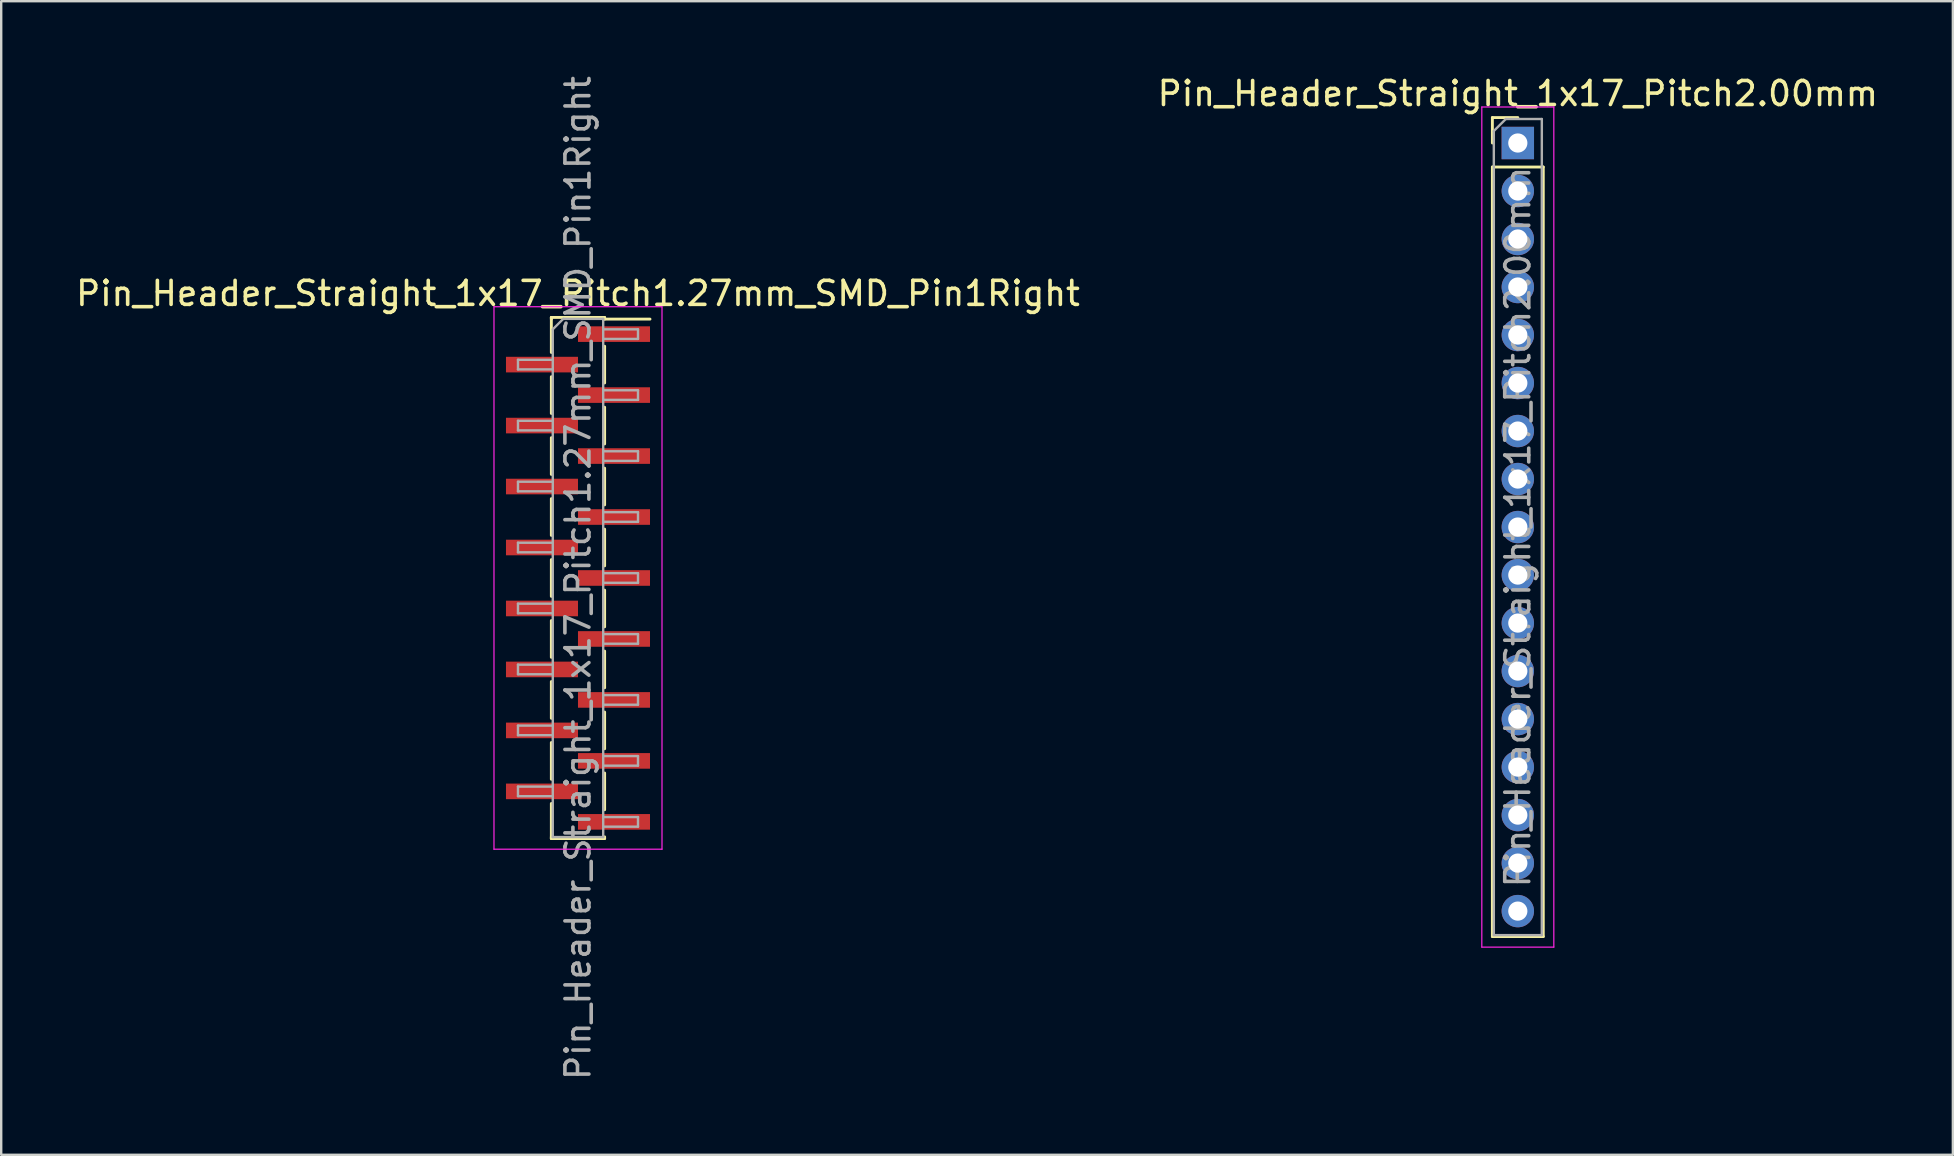
<source format=kicad_pcb>
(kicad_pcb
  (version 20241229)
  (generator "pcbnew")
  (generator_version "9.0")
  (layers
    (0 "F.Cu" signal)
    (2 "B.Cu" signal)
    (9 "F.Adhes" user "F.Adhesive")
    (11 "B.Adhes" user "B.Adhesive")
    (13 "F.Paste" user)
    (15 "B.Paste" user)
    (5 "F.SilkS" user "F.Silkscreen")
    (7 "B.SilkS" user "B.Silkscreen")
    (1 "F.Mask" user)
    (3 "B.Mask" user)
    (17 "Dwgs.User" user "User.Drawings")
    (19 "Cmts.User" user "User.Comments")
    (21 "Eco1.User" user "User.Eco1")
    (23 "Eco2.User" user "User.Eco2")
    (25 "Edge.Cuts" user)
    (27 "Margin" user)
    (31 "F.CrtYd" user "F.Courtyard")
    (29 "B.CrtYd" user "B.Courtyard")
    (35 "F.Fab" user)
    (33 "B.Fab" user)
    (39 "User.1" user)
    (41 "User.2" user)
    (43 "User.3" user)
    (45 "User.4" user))
  (footprint "Pin_Header_Straight_1x17_Pitch1.27mm_SMD_Pin1Right"
    (layer "F.Cu")
    (at 21.03 21.03)
    (property "Reference" "Pin_Header_Straight_1x17_Pitch1.27mm_SMD_Pin1Right" (at 0 -11.855 0) (layer "F.SilkS") (effects (font (size 1 1) (thickness 0.15))))
    (attr smd)
    (fp_line (start -1.11 -10.855) (end -1.11 -9.395) (stroke (width 0.12) (type solid)) (layer "F.SilkS"))
    (fp_line (start -1.11 -10.855) (end 1.11 -10.855) (stroke (width 0.12) (type solid)) (layer "F.SilkS"))
    (fp_line (start -1.11 -10.785) (end -1.11 -10.855) (stroke (width 0.12) (type solid)) (layer "F.SilkS"))
    (fp_line (start -1.11 -8.385) (end -1.11 -6.855) (stroke (width 0.12) (type solid)) (layer "F.SilkS"))
    (fp_line (start -1.11 -5.845) (end -1.11 -4.315) (stroke (width 0.12) (type solid)) (layer "F.SilkS"))
    (fp_line (start -1.11 -3.305) (end -1.11 -1.775) (stroke (width 0.12) (type solid)) (layer "F.SilkS"))
    (fp_line (start -1.11 -0.765) (end -1.11 0.765) (stroke (width 0.12) (type solid)) (layer "F.SilkS"))
    (fp_line (start -1.11 1.775) (end -1.11 3.305) (stroke (width 0.12) (type solid)) (layer "F.SilkS"))
    (fp_line (start -1.11 4.315) (end -1.11 5.845) (stroke (width 0.12) (type solid)) (layer "F.SilkS"))
    (fp_line (start -1.11 6.855) (end -1.11 8.385) (stroke (width 0.12) (type solid)) (layer "F.SilkS"))
    (fp_line (start -1.11 9.395) (end -1.11 10.855) (stroke (width 0.12) (type solid)) (layer "F.SilkS"))
    (fp_line (start -1.11 10.785) (end -1.11 10.855) (stroke (width 0.12) (type solid)) (layer "F.SilkS"))
    (fp_line (start -1.11 10.855) (end 1.11 10.855) (stroke (width 0.12) (type solid)) (layer "F.SilkS"))
    (fp_line (start 1.11 -10.855) (end 1.11 -10.785) (stroke (width 0.12) (type solid)) (layer "F.SilkS"))
    (fp_line (start 1.11 -10.785) (end 3 -10.785) (stroke (width 0.12) (type solid)) (layer "F.SilkS"))
    (fp_line (start 1.11 -9.655) (end 1.11 -8.125) (stroke (width 0.12) (type solid)) (layer "F.SilkS"))
    (fp_line (start 1.11 -7.115) (end 1.11 -5.585) (stroke (width 0.12) (type solid)) (layer "F.SilkS"))
    (fp_line (start 1.11 -4.575) (end 1.11 -3.045) (stroke (width 0.12) (type solid)) (layer "F.SilkS"))
    (fp_line (start 1.11 -2.035) (end 1.11 -0.505) (stroke (width 0.12) (type solid)) (layer "F.SilkS"))
    (fp_line (start 1.11 0.505) (end 1.11 2.035) (stroke (width 0.12) (type solid)) (layer "F.SilkS"))
    (fp_line (start 1.11 3.045) (end 1.11 4.575) (stroke (width 0.12) (type solid)) (layer "F.SilkS"))
    (fp_line (start 1.11 5.585) (end 1.11 7.115) (stroke (width 0.12) (type solid)) (layer "F.SilkS"))
    (fp_line (start 1.11 8.125) (end 1.11 9.655) (stroke (width 0.12) (type solid)) (layer "F.SilkS"))
    (fp_line (start 1.11 10.855) (end 1.11 10.785) (stroke (width 0.12) (type solid)) (layer "F.SilkS"))
    (fp_line (start -3.5 -11.3) (end -3.5 11.3) (stroke (width 0.05) (type solid)) (layer "F.CrtYd"))
    (fp_line (start -3.5 11.3) (end 3.5 11.3) (stroke (width 0.05) (type solid)) (layer "F.CrtYd"))
    (fp_line (start 3.5 -11.3) (end -3.5 -11.3) (stroke (width 0.05) (type solid)) (layer "F.CrtYd"))
    (fp_line (start 3.5 11.3) (end 3.5 -11.3) (stroke (width 0.05) (type solid)) (layer "F.CrtYd"))
    (fp_line (start -2.5 -9.09) (end -2.5 -8.69) (stroke (width 0.1) (type solid)) (layer "F.Fab"))
    (fp_line (start -2.5 -8.69) (end -1.05 -8.69) (stroke (width 0.1) (type solid)) (layer "F.Fab"))
    (fp_line (start -2.5 -6.55) (end -2.5 -6.15) (stroke (width 0.1) (type solid)) (layer "F.Fab"))
    (fp_line (start -2.5 -6.15) (end -1.05 -6.15) (stroke (width 0.1) (type solid)) (layer "F.Fab"))
    (fp_line (start -2.5 -4.01) (end -2.5 -3.61) (stroke (width 0.1) (type solid)) (layer "F.Fab"))
    (fp_line (start -2.5 -3.61) (end -1.05 -3.61) (stroke (width 0.1) (type solid)) (layer "F.Fab"))
    (fp_line (start -2.5 -1.47) (end -2.5 -1.07) (stroke (width 0.1) (type solid)) (layer "F.Fab"))
    (fp_line (start -2.5 -1.07) (end -1.05 -1.07) (stroke (width 0.1) (type solid)) (layer "F.Fab"))
    (fp_line (start -2.5 1.07) (end -2.5 1.47) (stroke (width 0.1) (type solid)) (layer "F.Fab"))
    (fp_line (start -2.5 1.47) (end -1.05 1.47) (stroke (width 0.1) (type solid)) (layer "F.Fab"))
    (fp_line (start -2.5 3.61) (end -2.5 4.01) (stroke (width 0.1) (type solid)) (layer "F.Fab"))
    (fp_line (start -2.5 4.01) (end -1.05 4.01) (stroke (width 0.1) (type solid)) (layer "F.Fab"))
    (fp_line (start -2.5 6.15) (end -2.5 6.55) (stroke (width 0.1) (type solid)) (layer "F.Fab"))
    (fp_line (start -2.5 6.55) (end -1.05 6.55) (stroke (width 0.1) (type solid)) (layer "F.Fab"))
    (fp_line (start -2.5 8.69) (end -2.5 9.09) (stroke (width 0.1) (type solid)) (layer "F.Fab"))
    (fp_line (start -2.5 9.09) (end -1.05 9.09) (stroke (width 0.1) (type solid)) (layer "F.Fab"))
    (fp_line (start -1.05 -10.36) (end -0.615 -10.795) (stroke (width 0.1) (type solid)) (layer "F.Fab"))
    (fp_line (start -1.05 -9.09) (end -2.5 -9.09) (stroke (width 0.1) (type solid)) (layer "F.Fab"))
    (fp_line (start -1.05 -6.55) (end -2.5 -6.55) (stroke (width 0.1) (type solid)) (layer "F.Fab"))
    (fp_line (start -1.05 -4.01) (end -2.5 -4.01) (stroke (width 0.1) (type solid)) (layer "F.Fab"))
    (fp_line (start -1.05 -1.47) (end -2.5 -1.47) (stroke (width 0.1) (type solid)) (layer "F.Fab"))
    (fp_line (start -1.05 1.07) (end -2.5 1.07) (stroke (width 0.1) (type solid)) (layer "F.Fab"))
    (fp_line (start -1.05 3.61) (end -2.5 3.61) (stroke (width 0.1) (type solid)) (layer "F.Fab"))
    (fp_line (start -1.05 6.15) (end -2.5 6.15) (stroke (width 0.1) (type solid)) (layer "F.Fab"))
    (fp_line (start -1.05 8.69) (end -2.5 8.69) (stroke (width 0.1) (type solid)) (layer "F.Fab"))
    (fp_line (start -1.05 10.795) (end -1.05 -10.36) (stroke (width 0.1) (type solid)) (layer "F.Fab"))
    (fp_line (start -0.615 -10.795) (end 1.05 -10.795) (stroke (width 0.1) (type solid)) (layer "F.Fab"))
    (fp_line (start 1.05 -10.795) (end 1.05 10.795) (stroke (width 0.1) (type solid)) (layer "F.Fab"))
    (fp_line (start 1.05 -10.36) (end 2.5 -10.36) (stroke (width 0.1) (type solid)) (layer "F.Fab"))
    (fp_line (start 1.05 -7.82) (end 2.5 -7.82) (stroke (width 0.1) (type solid)) (layer "F.Fab"))
    (fp_line (start 1.05 -5.28) (end 2.5 -5.28) (stroke (width 0.1) (type solid)) (layer "F.Fab"))
    (fp_line (start 1.05 -2.74) (end 2.5 -2.74) (stroke (width 0.1) (type solid)) (layer "F.Fab"))
    (fp_line (start 1.05 -0.2) (end 2.5 -0.2) (stroke (width 0.1) (type solid)) (layer "F.Fab"))
    (fp_line (start 1.05 2.34) (end 2.5 2.34) (stroke (width 0.1) (type solid)) (layer "F.Fab"))
    (fp_line (start 1.05 4.88) (end 2.5 4.88) (stroke (width 0.1) (type solid)) (layer "F.Fab"))
    (fp_line (start 1.05 7.42) (end 2.5 7.42) (stroke (width 0.1) (type solid)) (layer "F.Fab"))
    (fp_line (start 1.05 9.96) (end 2.5 9.96) (stroke (width 0.1) (type solid)) (layer "F.Fab"))
    (fp_line (start 1.05 10.795) (end -1.05 10.795) (stroke (width 0.1) (type solid)) (layer "F.Fab"))
    (fp_line (start 2.5 -10.36) (end 2.5 -9.96) (stroke (width 0.1) (type solid)) (layer "F.Fab"))
    (fp_line (start 2.5 -9.96) (end 1.05 -9.96) (stroke (width 0.1) (type solid)) (layer "F.Fab"))
    (fp_line (start 2.5 -7.82) (end 2.5 -7.42) (stroke (width 0.1) (type solid)) (layer "F.Fab"))
    (fp_line (start 2.5 -7.42) (end 1.05 -7.42) (stroke (width 0.1) (type solid)) (layer "F.Fab"))
    (fp_line (start 2.5 -5.28) (end 2.5 -4.88) (stroke (width 0.1) (type solid)) (layer "F.Fab"))
    (fp_line (start 2.5 -4.88) (end 1.05 -4.88) (stroke (width 0.1) (type solid)) (layer "F.Fab"))
    (fp_line (start 2.5 -2.74) (end 2.5 -2.34) (stroke (width 0.1) (type solid)) (layer "F.Fab"))
    (fp_line (start 2.5 -2.34) (end 1.05 -2.34) (stroke (width 0.1) (type solid)) (layer "F.Fab"))
    (fp_line (start 2.5 -0.2) (end 2.5 0.2) (stroke (width 0.1) (type solid)) (layer "F.Fab"))
    (fp_line (start 2.5 0.2) (end 1.05 0.2) (stroke (width 0.1) (type solid)) (layer "F.Fab"))
    (fp_line (start 2.5 2.34) (end 2.5 2.74) (stroke (width 0.1) (type solid)) (layer "F.Fab"))
    (fp_line (start 2.5 2.74) (end 1.05 2.74) (stroke (width 0.1) (type solid)) (layer "F.Fab"))
    (fp_line (start 2.5 4.88) (end 2.5 5.28) (stroke (width 0.1) (type solid)) (layer "F.Fab"))
    (fp_line (start 2.5 5.28) (end 1.05 5.28) (stroke (width 0.1) (type solid)) (layer "F.Fab"))
    (fp_line (start 2.5 7.42) (end 2.5 7.82) (stroke (width 0.1) (type solid)) (layer "F.Fab"))
    (fp_line (start 2.5 7.82) (end 1.05 7.82) (stroke (width 0.1) (type solid)) (layer "F.Fab"))
    (fp_line (start 2.5 9.96) (end 2.5 10.36) (stroke (width 0.1) (type solid)) (layer "F.Fab"))
    (fp_line (start 2.5 10.36) (end 1.05 10.36) (stroke (width 0.1) (type solid)) (layer "F.Fab"))
    (fp_text user "${REFERENCE}" (at 0 0 90) (layer "F.Fab") (effects (font (size 1 1) (thickness 0.15))))
    (pad "1" smd rect (at 1.5 -10.16) (size 3 0.65) (layers "F.Cu" "F.Mask" "F.Paste"))
    (pad "2" smd rect (at -1.5 -8.89) (size 3 0.65) (layers "F.Cu" "F.Mask" "F.Paste"))
    (pad "3" smd rect (at 1.5 -7.62) (size 3 0.65) (layers "F.Cu" "F.Mask" "F.Paste"))
    (pad "4" smd rect (at -1.5 -6.35) (size 3 0.65) (layers "F.Cu" "F.Mask" "F.Paste"))
    (pad "5" smd rect (at 1.5 -5.08) (size 3 0.65) (layers "F.Cu" "F.Mask" "F.Paste"))
    (pad "6" smd rect (at -1.5 -3.81) (size 3 0.65) (layers "F.Cu" "F.Mask" "F.Paste"))
    (pad "7" smd rect (at 1.5 -2.54) (size 3 0.65) (layers "F.Cu" "F.Mask" "F.Paste"))
    (pad "8" smd rect (at -1.5 -1.27) (size 3 0.65) (layers "F.Cu" "F.Mask" "F.Paste"))
    (pad "9" smd rect (at 1.5 0) (size 3 0.65) (layers "F.Cu" "F.Mask" "F.Paste"))
    (pad "10" smd rect (at -1.5 1.27) (size 3 0.65) (layers "F.Cu" "F.Mask" "F.Paste"))
    (pad "11" smd rect (at 1.5 2.54) (size 3 0.65) (layers "F.Cu" "F.Mask" "F.Paste"))
    (pad "12" smd rect (at -1.5 3.81) (size 3 0.65) (layers "F.Cu" "F.Mask" "F.Paste"))
    (pad "13" smd rect (at 1.5 5.08) (size 3 0.65) (layers "F.Cu" "F.Mask" "F.Paste"))
    (pad "14" smd rect (at -1.5 6.35) (size 3 0.65) (layers "F.Cu" "F.Mask" "F.Paste"))
    (pad "15" smd rect (at 1.5 7.62) (size 3 0.65) (layers "F.Cu" "F.Mask" "F.Paste"))
    (pad "16" smd rect (at -1.5 8.89) (size 3 0.65) (layers "F.Cu" "F.Mask" "F.Paste"))
    (pad "17" smd rect (at 1.5 10.16) (size 3 0.65) (layers "F.Cu" "F.Mask" "F.Paste")))
  (footprint "Pin_Header_Straight_1x17_Pitch2.00mm"
    (layer "F.Cu")
    (at 60.185 2.908)
    (property "Reference" "Pin_Header_Straight_1x17_Pitch2.00mm" (at 0 -2.06 0) (layer "F.SilkS") (effects (font (size 1 1) (thickness 0.15))))
    (attr through_hole)
    (fp_line (start -1.06 -1.06) (end 0 -1.06) (stroke (width 0.12) (type solid)) (layer "F.SilkS"))
    (fp_line (start -1.06 0) (end -1.06 -1.06) (stroke (width 0.12) (type solid)) (layer "F.SilkS"))
    (fp_line (start -1.06 1) (end -1.06 33.06) (stroke (width 0.12) (type solid)) (layer "F.SilkS"))
    (fp_line (start -1.06 33.06) (end 1.06 33.06) (stroke (width 0.12) (type solid)) (layer "F.SilkS"))
    (fp_line (start 1.06 1) (end -1.06 1) (stroke (width 0.12) (type solid)) (layer "F.SilkS"))
    (fp_line (start 1.06 33.06) (end 1.06 1) (stroke (width 0.12) (type solid)) (layer "F.SilkS"))
    (fp_line (start -1.5 -1.5) (end -1.5 33.5) (stroke (width 0.05) (type solid)) (layer "F.CrtYd"))
    (fp_line (start -1.5 33.5) (end 1.5 33.5) (stroke (width 0.05) (type solid)) (layer "F.CrtYd"))
    (fp_line (start 1.5 -1.5) (end -1.5 -1.5) (stroke (width 0.05) (type solid)) (layer "F.CrtYd"))
    (fp_line (start 1.5 33.5) (end 1.5 -1.5) (stroke (width 0.05) (type solid)) (layer "F.CrtYd"))
    (fp_line (start -1 -0.5) (end -0.5 -1) (stroke (width 0.1) (type solid)) (layer "F.Fab"))
    (fp_line (start -1 33) (end -1 -0.5) (stroke (width 0.1) (type solid)) (layer "F.Fab"))
    (fp_line (start -0.5 -1) (end 1 -1) (stroke (width 0.1) (type solid)) (layer "F.Fab"))
    (fp_line (start 1 -1) (end 1 33) (stroke (width 0.1) (type solid)) (layer "F.Fab"))
    (fp_line (start 1 33) (end -1 33) (stroke (width 0.1) (type solid)) (layer "F.Fab"))
    (fp_text user "${REFERENCE}" (at 0 16 90) (layer "F.Fab") (effects (font (size 1 1) (thickness 0.15))))
    (pad "1" thru_hole rect (at 0 0) (size 1.35 1.35) (drill 0.8) (layers "*.Cu" "*.Mask"))
    (pad "2" thru_hole oval (at 0 2) (size 1.35 1.35) (drill 0.8) (layers "*.Cu" "*.Mask"))
    (pad "3" thru_hole oval (at 0 4) (size 1.35 1.35) (drill 0.8) (layers "*.Cu" "*.Mask"))
    (pad "4" thru_hole oval (at 0 6) (size 1.35 1.35) (drill 0.8) (layers "*.Cu" "*.Mask"))
    (pad "5" thru_hole oval (at 0 8) (size 1.35 1.35) (drill 0.8) (layers "*.Cu" "*.Mask"))
    (pad "6" thru_hole oval (at 0 10) (size 1.35 1.35) (drill 0.8) (layers "*.Cu" "*.Mask"))
    (pad "7" thru_hole oval (at 0 12) (size 1.35 1.35) (drill 0.8) (layers "*.Cu" "*.Mask"))
    (pad "8" thru_hole oval (at 0 14) (size 1.35 1.35) (drill 0.8) (layers "*.Cu" "*.Mask"))
    (pad "9" thru_hole oval (at 0 16) (size 1.35 1.35) (drill 0.8) (layers "*.Cu" "*.Mask"))
    (pad "10" thru_hole oval (at 0 18) (size 1.35 1.35) (drill 0.8) (layers "*.Cu" "*.Mask"))
    (pad "11" thru_hole oval (at 0 20) (size 1.35 1.35) (drill 0.8) (layers "*.Cu" "*.Mask"))
    (pad "12" thru_hole oval (at 0 22) (size 1.35 1.35) (drill 0.8) (layers "*.Cu" "*.Mask"))
    (pad "13" thru_hole oval (at 0 24) (size 1.35 1.35) (drill 0.8) (layers "*.Cu" "*.Mask"))
    (pad "14" thru_hole oval (at 0 26) (size 1.35 1.35) (drill 0.8) (layers "*.Cu" "*.Mask"))
    (pad "15" thru_hole oval (at 0 28) (size 1.35 1.35) (drill 0.8) (layers "*.Cu" "*.Mask"))
    (pad "16" thru_hole oval (at 0 30) (size 1.35 1.35) (drill 0.8) (layers "*.Cu" "*.Mask"))
    (pad "17" thru_hole oval (at 0 32) (size 1.35 1.35) (drill 0.8) (layers "*.Cu" "*.Mask")))
  (gr_rect
    (start -3 -3)
    (end 78.31 45.06)
    (stroke (width 0.1) (type default))
    (fill no)
    (layer "Edge.Cuts")))
</source>
